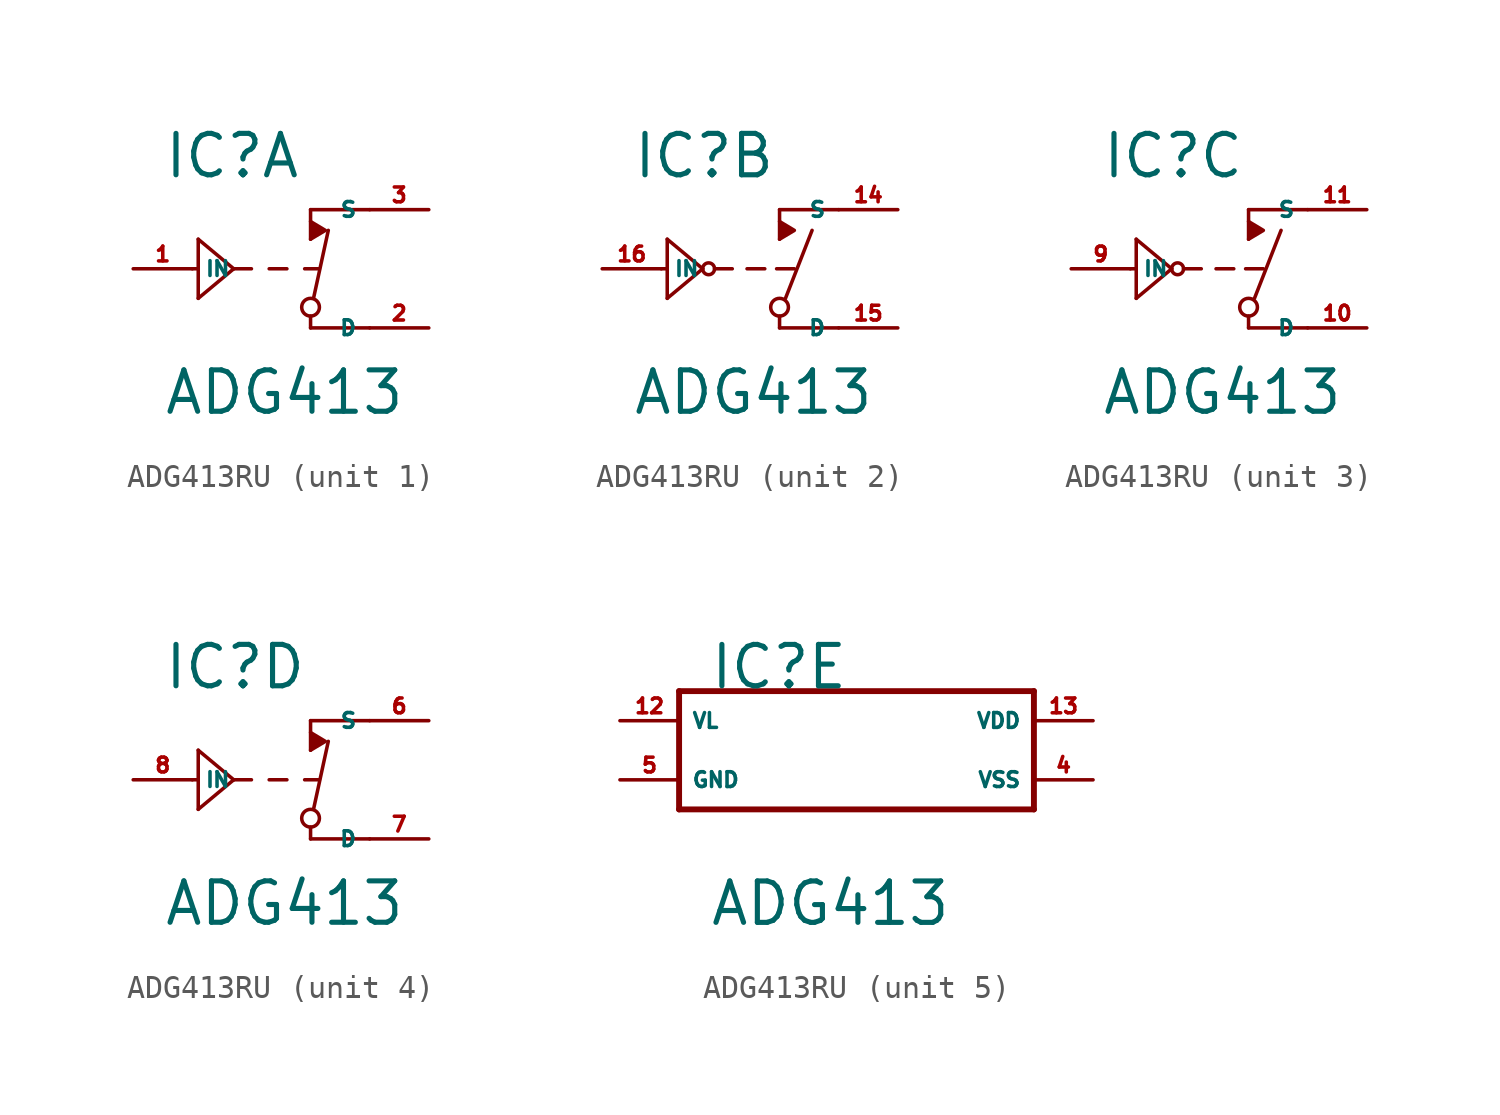
<source format=kicad_sym>
(kicad_symbol_lib
  (version 20220914)
  (generator Eagle2Kicad)
  (symbol "ADG413RU"
    (property "Reference" "IC"
      (at -6.35 3.81 0)
      (effects (font (size 1.778 1.778) (thickness 0.22)) (justify left bottom)))
    (property "Value" "ADG413"
      (at -6.35 -6.35 0)
      (effects (font (size 1.778 1.778) (thickness 0.22)) (justify left bottom)))
    (symbol "ADG413RU_1_0"
      (polyline (pts (xy 0 1.27) (xy 0.635 1.651) (xy 0 2.032)) (stroke (width 0.152) (type default)) (fill (type outline)))
      (polyline (pts (xy 2.54 2.54) (xy 0 2.54)) (stroke (width 0.152) (type default)) (fill (type none)))
      (polyline (pts (xy 0 2.54) (xy 0 1.27)) (stroke (width 0.152) (type default)) (fill (type none)))
      (polyline (pts (xy 2.54 -2.54) (xy 0 -2.54)) (stroke (width 0.152) (type default)) (fill (type none)))
      (polyline (pts (xy 0 -2.54) (xy 0 -2.032)) (stroke (width 0.152) (type default)) (fill (type none)))
      (polyline (pts (xy 0.127 -1.27) (xy 0.762 1.651)) (stroke (width 0.152) (type default)) (fill (type none)))
      (polyline (pts (xy -5.08 0) (xy -4.826 0)) (stroke (width 0.152) (type default)) (fill (type none)))
      (polyline (pts (xy -4.826 0) (xy -4.826 1.27)) (stroke (width 0.152) (type default)) (fill (type none)))
      (polyline (pts (xy -4.826 1.27) (xy -3.302 0)) (stroke (width 0.152) (type default)) (fill (type none)))
      (polyline (pts (xy -3.302 0) (xy -4.826 -1.27)) (stroke (width 0.152) (type default)) (fill (type none)))
      (polyline (pts (xy -4.826 -1.27) (xy -4.826 0)) (stroke (width 0.152) (type default)) (fill (type none)))
      (polyline (pts (xy -3.302 0) (xy -2.54 0)) (stroke (width 0.152) (type default)) (fill (type none)))
      (polyline (pts (xy -1.778 0) (xy -1.016 0)) (stroke (width 0.152) (type default)) (fill (type none)))
      (polyline (pts (xy -0.254 0) (xy 0.381 0)) (stroke (width 0.152) (type default)) (fill (type none)))
      (circle (center 0 -1.651) (radius 0.381) (stroke (width 0.152) (type default)) (fill (type none)))
      (pin input line (at -7.62 0 0) (length 2.54) (name "IN" (effects (font (size 0.635 0.635) (thickness 0.08)) (justify left bottom))) (number "1" (effects (font (size 0.635 0.635) (thickness 0.08)) (justify left bottom))))
      (pin passive line (at 5.08 2.54 180) (length 2.54) (name "S" (effects (font (size 0.635 0.635) (thickness 0.08)) (justify left bottom))) (number "3" (effects (font (size 0.635 0.635) (thickness 0.08)) (justify left bottom))))
      (pin passive line (at 5.08 -2.54 180) (length 2.54) (name "D" (effects (font (size 0.635 0.635) (thickness 0.08)) (justify left bottom))) (number "2" (effects (font (size 0.635 0.635) (thickness 0.08)) (justify left bottom)))))
    (symbol "ADG413RU_2_0"
      (polyline (pts (xy 0 1.27) (xy 0.635 1.651) (xy 0 2.032)) (stroke (width 0.152) (type default)) (fill (type outline)))
      (polyline (pts (xy 2.54 2.54) (xy 0 2.54)) (stroke (width 0.152) (type default)) (fill (type none)))
      (polyline (pts (xy 0 2.54) (xy 0 1.27)) (stroke (width 0.152) (type default)) (fill (type none)))
      (polyline (pts (xy 2.54 -2.54) (xy 0 -2.54)) (stroke (width 0.152) (type default)) (fill (type none)))
      (polyline (pts (xy 0 -2.54) (xy 0 -2.032)) (stroke (width 0.152) (type default)) (fill (type none)))
      (polyline (pts (xy 0.254 -1.27) (xy 1.397 1.651)) (stroke (width 0.152) (type default)) (fill (type none)))
      (polyline (pts (xy -5.08 0) (xy -4.826 0)) (stroke (width 0.152) (type default)) (fill (type none)))
      (polyline (pts (xy -4.826 0) (xy -4.826 1.27)) (stroke (width 0.152) (type default)) (fill (type none)))
      (polyline (pts (xy -4.826 1.27) (xy -3.302 0)) (stroke (width 0.152) (type default)) (fill (type none)))
      (polyline (pts (xy -3.302 0) (xy -4.826 -1.27)) (stroke (width 0.152) (type default)) (fill (type none)))
      (polyline (pts (xy -4.826 -1.27) (xy -4.826 0)) (stroke (width 0.152) (type default)) (fill (type none)))
      (polyline (pts (xy -2.794 0) (xy -2.032 0)) (stroke (width 0.152) (type default)) (fill (type none)))
      (polyline (pts (xy -1.397 0) (xy -0.635 0)) (stroke (width 0.152) (type default)) (fill (type none)))
      (polyline (pts (xy -0.127 0) (xy 0.635 0)) (stroke (width 0.152) (type default)) (fill (type none)))
      (circle (center 0 -1.651) (radius 0.381) (stroke (width 0.152) (type default)) (fill (type none)))
      (circle (center -3.048 0) (radius 0.254) (stroke (width 0.152) (type default)) (fill (type none)))
      (pin input line (at -7.62 0 0) (length 2.54) (name "IN" (effects (font (size 0.635 0.635) (thickness 0.08)) (justify left bottom))) (number "16" (effects (font (size 0.635 0.635) (thickness 0.08)) (justify left bottom))))
      (pin passive line (at 5.08 2.54 180) (length 2.54) (name "S" (effects (font (size 0.635 0.635) (thickness 0.08)) (justify left bottom))) (number "14" (effects (font (size 0.635 0.635) (thickness 0.08)) (justify left bottom))))
      (pin passive line (at 5.08 -2.54 180) (length 2.54) (name "D" (effects (font (size 0.635 0.635) (thickness 0.08)) (justify left bottom))) (number "15" (effects (font (size 0.635 0.635) (thickness 0.08)) (justify left bottom)))))
    (symbol "ADG413RU_3_0"
      (polyline (pts (xy 0 1.27) (xy 0.635 1.651) (xy 0 2.032)) (stroke (width 0.152) (type default)) (fill (type outline)))
      (polyline (pts (xy 2.54 2.54) (xy 0 2.54)) (stroke (width 0.152) (type default)) (fill (type none)))
      (polyline (pts (xy 0 2.54) (xy 0 1.27)) (stroke (width 0.152) (type default)) (fill (type none)))
      (polyline (pts (xy 2.54 -2.54) (xy 0 -2.54)) (stroke (width 0.152) (type default)) (fill (type none)))
      (polyline (pts (xy 0 -2.54) (xy 0 -2.032)) (stroke (width 0.152) (type default)) (fill (type none)))
      (polyline (pts (xy 0.254 -1.27) (xy 1.397 1.651)) (stroke (width 0.152) (type default)) (fill (type none)))
      (polyline (pts (xy -5.08 0) (xy -4.826 0)) (stroke (width 0.152) (type default)) (fill (type none)))
      (polyline (pts (xy -4.826 0) (xy -4.826 1.27)) (stroke (width 0.152) (type default)) (fill (type none)))
      (polyline (pts (xy -4.826 1.27) (xy -3.302 0)) (stroke (width 0.152) (type default)) (fill (type none)))
      (polyline (pts (xy -3.302 0) (xy -4.826 -1.27)) (stroke (width 0.152) (type default)) (fill (type none)))
      (polyline (pts (xy -4.826 -1.27) (xy -4.826 0)) (stroke (width 0.152) (type default)) (fill (type none)))
      (polyline (pts (xy -2.794 0) (xy -2.032 0)) (stroke (width 0.152) (type default)) (fill (type none)))
      (polyline (pts (xy -1.397 0) (xy -0.635 0)) (stroke (width 0.152) (type default)) (fill (type none)))
      (polyline (pts (xy -0.127 0) (xy 0.635 0)) (stroke (width 0.152) (type default)) (fill (type none)))
      (circle (center 0 -1.651) (radius 0.381) (stroke (width 0.152) (type default)) (fill (type none)))
      (circle (center -3.048 0) (radius 0.254) (stroke (width 0.152) (type default)) (fill (type none)))
      (pin input line (at -7.62 0 0) (length 2.54) (name "IN" (effects (font (size 0.635 0.635) (thickness 0.08)) (justify left bottom))) (number "9" (effects (font (size 0.635 0.635) (thickness 0.08)) (justify left bottom))))
      (pin passive line (at 5.08 2.54 180) (length 2.54) (name "S" (effects (font (size 0.635 0.635) (thickness 0.08)) (justify left bottom))) (number "11" (effects (font (size 0.635 0.635) (thickness 0.08)) (justify left bottom))))
      (pin passive line (at 5.08 -2.54 180) (length 2.54) (name "D" (effects (font (size 0.635 0.635) (thickness 0.08)) (justify left bottom))) (number "10" (effects (font (size 0.635 0.635) (thickness 0.08)) (justify left bottom)))))
    (symbol "ADG413RU_4_0"
      (polyline (pts (xy 0 1.27) (xy 0.635 1.651) (xy 0 2.032)) (stroke (width 0.152) (type default)) (fill (type outline)))
      (polyline (pts (xy 2.54 2.54) (xy 0 2.54)) (stroke (width 0.152) (type default)) (fill (type none)))
      (polyline (pts (xy 0 2.54) (xy 0 1.27)) (stroke (width 0.152) (type default)) (fill (type none)))
      (polyline (pts (xy 2.54 -2.54) (xy 0 -2.54)) (stroke (width 0.152) (type default)) (fill (type none)))
      (polyline (pts (xy 0 -2.54) (xy 0 -2.032)) (stroke (width 0.152) (type default)) (fill (type none)))
      (polyline (pts (xy 0.127 -1.27) (xy 0.762 1.651)) (stroke (width 0.152) (type default)) (fill (type none)))
      (polyline (pts (xy -5.08 0) (xy -4.826 0)) (stroke (width 0.152) (type default)) (fill (type none)))
      (polyline (pts (xy -4.826 0) (xy -4.826 1.27)) (stroke (width 0.152) (type default)) (fill (type none)))
      (polyline (pts (xy -4.826 1.27) (xy -3.302 0)) (stroke (width 0.152) (type default)) (fill (type none)))
      (polyline (pts (xy -3.302 0) (xy -4.826 -1.27)) (stroke (width 0.152) (type default)) (fill (type none)))
      (polyline (pts (xy -4.826 -1.27) (xy -4.826 0)) (stroke (width 0.152) (type default)) (fill (type none)))
      (polyline (pts (xy -3.302 0) (xy -2.54 0)) (stroke (width 0.152) (type default)) (fill (type none)))
      (polyline (pts (xy -1.778 0) (xy -1.016 0)) (stroke (width 0.152) (type default)) (fill (type none)))
      (polyline (pts (xy -0.254 0) (xy 0.381 0)) (stroke (width 0.152) (type default)) (fill (type none)))
      (circle (center 0 -1.651) (radius 0.381) (stroke (width 0.152) (type default)) (fill (type none)))
      (pin input line (at -7.62 0 0) (length 2.54) (name "IN" (effects (font (size 0.635 0.635) (thickness 0.08)) (justify left bottom))) (number "8" (effects (font (size 0.635 0.635) (thickness 0.08)) (justify left bottom))))
      (pin passive line (at 5.08 2.54 180) (length 2.54) (name "S" (effects (font (size 0.635 0.635) (thickness 0.08)) (justify left bottom))) (number "6" (effects (font (size 0.635 0.635) (thickness 0.08)) (justify left bottom))))
      (pin passive line (at 5.08 -2.54 180) (length 2.54) (name "D" (effects (font (size 0.635 0.635) (thickness 0.08)) (justify left bottom))) (number "7" (effects (font (size 0.635 0.635) (thickness 0.08)) (justify left bottom)))))
    (symbol "ADG413RU_5_0"
      (polyline (pts (xy -7.62 3.81) (xy 7.62 3.81)) (stroke (width 0.254) (type default)) (fill (type none)))
      (polyline (pts (xy 7.62 3.81) (xy 7.62 -1.27)) (stroke (width 0.254) (type default)) (fill (type none)))
      (polyline (pts (xy 7.62 -1.27) (xy -7.62 -1.27)) (stroke (width 0.254) (type default)) (fill (type none)))
      (polyline (pts (xy -7.62 -1.27) (xy -7.62 3.81)) (stroke (width 0.254) (type default)) (fill (type none)))
      (pin unspecified line (at 10.16 2.54 180) (length 2.54) (name "VDD" (effects (font (size 0.635 0.635) (thickness 0.08)) (justify left bottom))) (number "13" (effects (font (size 0.635 0.635) (thickness 0.08)) (justify left bottom))))
      (pin unspecified line (at 10.16 0 180) (length 2.54) (name "VSS" (effects (font (size 0.635 0.635) (thickness 0.08)) (justify left bottom))) (number "4" (effects (font (size 0.635 0.635) (thickness 0.08)) (justify left bottom))))
      (pin unspecified line (at -10.16 0 0) (length 2.54) (name "GND" (effects (font (size 0.635 0.635) (thickness 0.08)) (justify left bottom))) (number "5" (effects (font (size 0.635 0.635) (thickness 0.08)) (justify left bottom))))
      (pin unspecified line (at -10.16 2.54 0) (length 2.54) (name "VL" (effects (font (size 0.635 0.635) (thickness 0.08)) (justify left bottom))) (number "12" (effects (font (size 0.635 0.635) (thickness 0.08)) (justify left bottom)))))))
</source>
